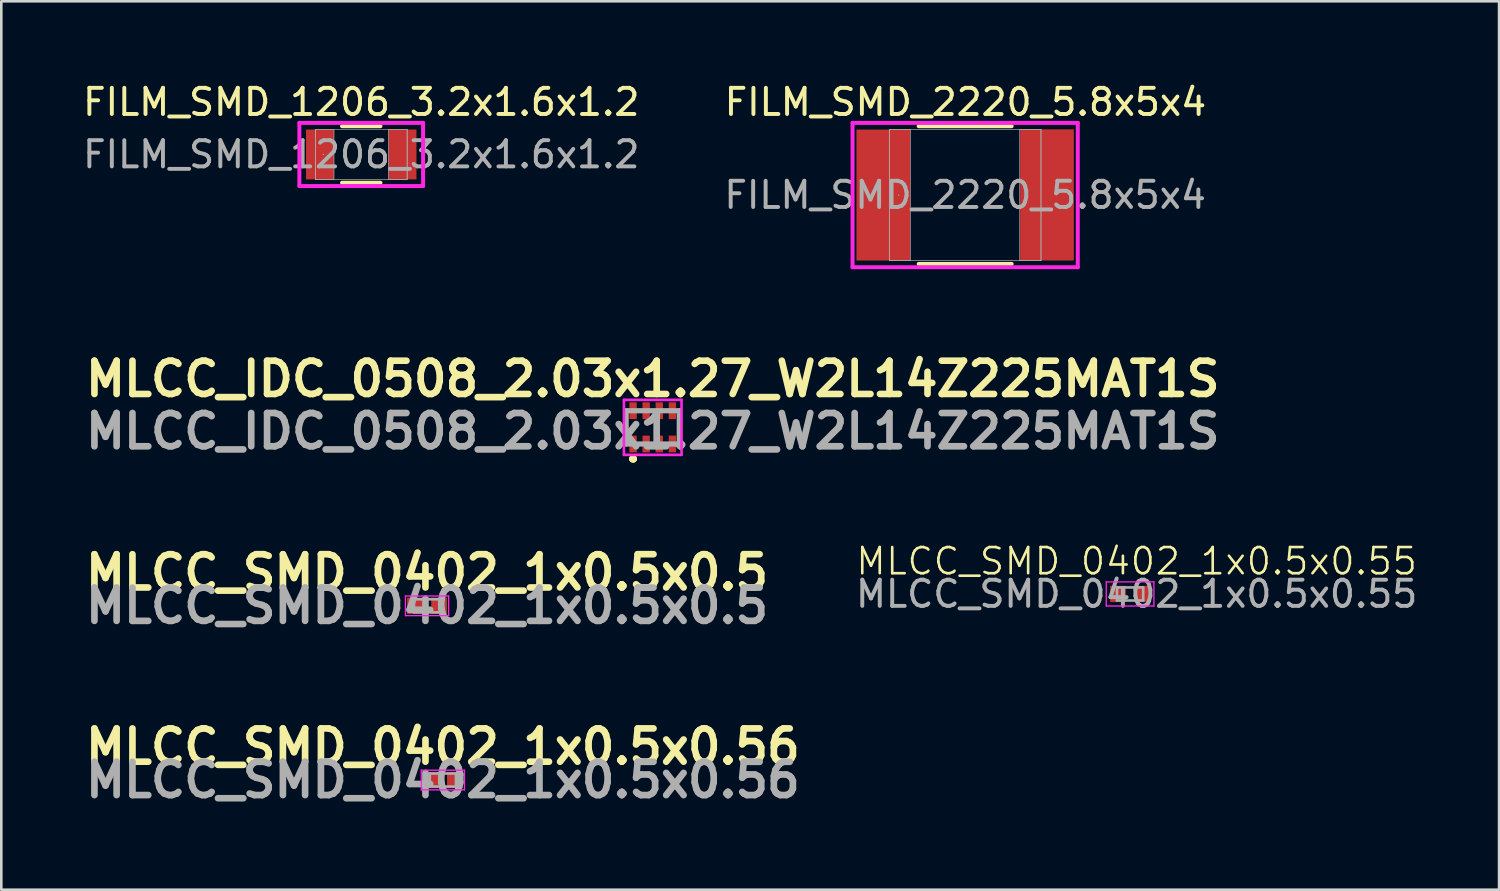
<source format=kicad_pcb>
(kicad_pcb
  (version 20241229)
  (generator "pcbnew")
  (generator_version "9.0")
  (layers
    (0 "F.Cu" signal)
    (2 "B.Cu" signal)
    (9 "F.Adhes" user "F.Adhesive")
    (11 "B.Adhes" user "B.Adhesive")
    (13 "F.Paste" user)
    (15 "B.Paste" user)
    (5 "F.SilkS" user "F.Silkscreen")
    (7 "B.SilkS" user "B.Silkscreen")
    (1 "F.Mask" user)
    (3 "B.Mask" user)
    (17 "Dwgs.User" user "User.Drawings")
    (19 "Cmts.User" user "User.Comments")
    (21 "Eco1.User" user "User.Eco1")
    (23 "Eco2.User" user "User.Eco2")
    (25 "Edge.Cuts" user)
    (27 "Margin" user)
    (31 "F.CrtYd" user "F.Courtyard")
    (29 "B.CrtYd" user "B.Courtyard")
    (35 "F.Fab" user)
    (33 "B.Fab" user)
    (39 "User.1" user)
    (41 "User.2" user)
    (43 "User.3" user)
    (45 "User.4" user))
  (footprint "MLCC_SMD_0402_1x0.5x0.5"
    (layer "F.Cu")
    (at 13.256 20.083)
    (property "Reference" "MLCC_SMD_0402_1x0.5x0.5" (at 0 -1.275 0) (layer "F.SilkS") (effects (font (size 1.27 1.27) (thickness 0.254))))
    (attr smd)
    (fp_line (start -0.825 -0.375) (end 0.825 -0.375) (stroke (width 0.05) (type solid)) (layer "F.CrtYd"))
    (fp_line (start -0.825 0.375) (end -0.825 -0.375) (stroke (width 0.05) (type solid)) (layer "F.CrtYd"))
    (fp_line (start 0.825 -0.375) (end 0.825 0.375) (stroke (width 0.05) (type solid)) (layer "F.CrtYd"))
    (fp_line (start 0.825 0.375) (end -0.825 0.375) (stroke (width 0.05) (type solid)) (layer "F.CrtYd"))
    (fp_line (start -0.5 -0.25) (end 0.5 -0.25) (stroke (width 0.1) (type solid)) (layer "F.Fab"))
    (fp_line (start -0.5 0.25) (end -0.5 -0.25) (stroke (width 0.1) (type solid)) (layer "F.Fab"))
    (fp_line (start 0.5 -0.25) (end 0.5 0.25) (stroke (width 0.1) (type solid)) (layer "F.Fab"))
    (fp_line (start 0.5 0.25) (end -0.5 0.25) (stroke (width 0.1) (type solid)) (layer "F.Fab"))
    (fp_text user "${REFERENCE}" (at 0 0 0) (layer "F.Fab") (effects (font (size 1.27 1.27) (thickness 0.254))))
    (pad "1" smd rect (at -0.46 0) (size 0.6 0.62) (layers "F.Cu" "F.Mask" "F.Paste"))
    (pad "2" smd rect (at 0.46 0) (size 0.6 0.62) (layers "F.Cu" "F.Mask" "F.Paste")))
  (footprint "MLCC_SMD_0402_1x0.5x0.55"
    (layer "F.Cu")
    (at 40.102 19.63)
    (property "Reference" "MLCC_SMD_0402_1x0.5x0.55" (at 0.25 -1.25 0) (unlocked yes) (layer "F.SilkS") (effects (font (size 1 1) (thickness 0.1))))
    (attr smd)
    (fp_line (start -0.91 -0.46) (end 0.91 -0.46) (stroke (width 0.05) (type solid)) (layer "F.CrtYd"))
    (fp_line (start -0.91 0.46) (end -0.91 -0.46) (stroke (width 0.05) (type solid)) (layer "F.CrtYd"))
    (fp_line (start 0.91 -0.46) (end 0.91 0.46) (stroke (width 0.05) (type solid)) (layer "F.CrtYd"))
    (fp_line (start 0.91 0.46) (end -0.91 0.46) (stroke (width 0.05) (type solid)) (layer "F.CrtYd"))
    (fp_line (start -0.5 -0.25) (end 0.5 -0.25) (stroke (width 0.1) (type solid)) (layer "F.Fab"))
    (fp_line (start -0.5 0.25) (end -0.5 -0.25) (stroke (width 0.1) (type solid)) (layer "F.Fab"))
    (fp_line (start 0.5 -0.25) (end 0.5 0.25) (stroke (width 0.1) (type solid)) (layer "F.Fab"))
    (fp_line (start 0.5 0.25) (end -0.5 0.25) (stroke (width 0.1) (type solid)) (layer "F.Fab"))
    (fp_text user "${REFERENCE}" (at 0.25 0 0) (unlocked yes) (layer "F.Fab") (effects (font (size 1 1) (thickness 0.15))))
    (pad "1" smd rect (at -0.46 0) (size 0.6 0.62) (layers "F.Cu" "F.Mask" "F.Paste"))
    (pad "2" smd rect (at 0.46 0) (size 0.6 0.62) (layers "F.Cu" "F.Mask" "F.Paste")))
  (footprint "FILM_SMD_1206_3.2x1.6x1.2"
    (layer "F.Cu")
    (at 10.744 2.848)
    (property "Reference" "FILM_SMD_1206_3.2x1.6x1.2" (at 0 -2 0) (unlocked yes) (layer "F.SilkS") (effects (font (size 1 1) (thickness 0.15))))
    (attr smd)
    (fp_line (start -0.734 1.079) (end 0.734 1.079) (stroke (width 0.152) (type solid)) (layer "F.SilkS"))
    (fp_line (start 0.734 -1.079) (end -0.734 -1.079) (stroke (width 0.152) (type solid)) (layer "F.SilkS"))
    (fp_line (start -2.362 -1.206) (end 2.362 -1.206) (stroke (width 0.152) (type solid)) (layer "F.CrtYd"))
    (fp_line (start -2.362 1.206) (end -2.362 -1.206) (stroke (width 0.152) (type solid)) (layer "F.CrtYd"))
    (fp_line (start 2.362 -1.206) (end 2.362 1.206) (stroke (width 0.152) (type solid)) (layer "F.CrtYd"))
    (fp_line (start 2.362 1.206) (end -2.362 1.206) (stroke (width 0.152) (type solid)) (layer "F.CrtYd"))
    (fp_line (start -1.753 -0.953) (end -1.753 0.953) (stroke (width 0.025) (type solid)) (layer "F.Fab"))
    (fp_line (start -1.753 -0.953) (end -1.753 0.953) (stroke (width 0.025) (type solid)) (layer "F.Fab"))
    (fp_line (start -1.753 0.953) (end -1.041 0.953) (stroke (width 0.025) (type solid)) (layer "F.Fab"))
    (fp_line (start -1.753 0.953) (end 1.753 0.953) (stroke (width 0.025) (type solid)) (layer "F.Fab"))
    (fp_line (start -1.041 -0.953) (end -1.753 -0.953) (stroke (width 0.025) (type solid)) (layer "F.Fab"))
    (fp_line (start -1.041 0.953) (end -1.041 -0.953) (stroke (width 0.025) (type solid)) (layer "F.Fab"))
    (fp_line (start 1.041 -0.953) (end 1.041 0.953) (stroke (width 0.025) (type solid)) (layer "F.Fab"))
    (fp_line (start 1.041 0.953) (end 1.753 0.953) (stroke (width 0.025) (type solid)) (layer "F.Fab"))
    (fp_line (start 1.753 -0.953) (end -1.753 -0.953) (stroke (width 0.025) (type solid)) (layer "F.Fab"))
    (fp_line (start 1.753 -0.953) (end 1.041 -0.953) (stroke (width 0.025) (type solid)) (layer "F.Fab"))
    (fp_line (start 1.753 0.953) (end 1.753 -0.953) (stroke (width 0.025) (type solid)) (layer "F.Fab"))
    (fp_line (start 1.753 0.953) (end 1.753 -0.953) (stroke (width 0.025) (type solid)) (layer "F.Fab"))
    (fp_circle (center -1.448 0) (end -1.448 0) (stroke (width 0.025) (type solid)) (fill no) (layer "F.Fab"))
    (fp_text user "${REFERENCE}" (at 0 0 0) (unlocked yes) (layer "F.Fab") (effects (font (size 1 1) (thickness 0.15))))
    (pad "1" smd rect (at -1.575 0) (size 1.067 1.905) (layers "F.Cu" "F.Mask" "F.Paste"))
    (pad "2" smd rect (at 1.575 0) (size 1.067 1.905) (layers "F.Cu" "F.Mask" "F.Paste"))
    (zone (net_name "") (layer "F.Cu") (hatch full 0.508) (connect_pads) (min_thickness 0.254) (filled_areas_thickness no) (keepout (tracks not_allowed) (vias not_allowed) (pads allowed) (copperpour not_allowed) (footprints allowed)) (placement (enabled no)) (fill) (polygon (pts (xy 9.753 1.947) (xy 11.735 1.947) (xy 11.735 3.75) (xy 9.753 3.75)))))
  (footprint "FILM_SMD_2220_5.8x5x4"
    (layer "F.Cu")
    (at 33.804 4.398)
    (property "Reference" "FILM_SMD_2220_5.8x5x4" (at 0.01 -3.55 0) (unlocked yes) (layer "F.SilkS") (effects (font (size 1 1) (thickness 0.15))))
    (attr smd)
    (fp_line (start -1.775 2.629) (end 1.775 2.629) (stroke (width 0.152) (type solid)) (layer "F.SilkS"))
    (fp_line (start 1.775 -2.629) (end -1.775 -2.629) (stroke (width 0.152) (type solid)) (layer "F.SilkS"))
    (fp_line (start -4.3 -2.756) (end 4.3 -2.756) (stroke (width 0.152) (type solid)) (layer "F.CrtYd"))
    (fp_line (start -4.3 2.756) (end -4.3 -2.756) (stroke (width 0.152) (type solid)) (layer "F.CrtYd"))
    (fp_line (start 4.3 -2.756) (end 4.3 2.756) (stroke (width 0.152) (type solid)) (layer "F.CrtYd"))
    (fp_line (start 4.3 2.756) (end -4.3 2.756) (stroke (width 0.152) (type solid)) (layer "F.CrtYd"))
    (fp_line (start -2.896 -2.502) (end -2.896 2.502) (stroke (width 0.025) (type solid)) (layer "F.Fab"))
    (fp_line (start -2.896 -2.502) (end -2.896 2.502) (stroke (width 0.025) (type solid)) (layer "F.Fab"))
    (fp_line (start -2.896 2.502) (end -2.083 2.502) (stroke (width 0.025) (type solid)) (layer "F.Fab"))
    (fp_line (start -2.896 2.502) (end 2.896 2.502) (stroke (width 0.025) (type solid)) (layer "F.Fab"))
    (fp_line (start -2.083 -2.502) (end -2.896 -2.502) (stroke (width 0.025) (type solid)) (layer "F.Fab"))
    (fp_line (start -2.083 2.502) (end -2.083 -2.502) (stroke (width 0.025) (type solid)) (layer "F.Fab"))
    (fp_line (start 2.083 -2.502) (end 2.083 2.502) (stroke (width 0.025) (type solid)) (layer "F.Fab"))
    (fp_line (start 2.083 2.502) (end 2.896 2.502) (stroke (width 0.025) (type solid)) (layer "F.Fab"))
    (fp_line (start 2.896 -2.502) (end -2.896 -2.502) (stroke (width 0.025) (type solid)) (layer "F.Fab"))
    (fp_line (start 2.896 -2.502) (end 2.083 -2.502) (stroke (width 0.025) (type solid)) (layer "F.Fab"))
    (fp_line (start 2.896 2.502) (end 2.896 -2.502) (stroke (width 0.025) (type solid)) (layer "F.Fab"))
    (fp_line (start 2.896 2.502) (end 2.896 -2.502) (stroke (width 0.025) (type solid)) (layer "F.Fab"))
    (fp_circle (center -2.54 0) (end -2.54 0) (stroke (width 0.025) (type solid)) (fill no) (layer "F.Fab"))
    (fp_text user "${REFERENCE}" (at 0 0 0) (unlocked yes) (layer "F.Fab") (effects (font (size 1 1) (thickness 0.15))))
    (pad "1" smd rect (at -3.125 0) (size 2.05 5) (layers "F.Cu" "F.Mask" "F.Paste"))
    (pad "2" smd rect (at 3.125 -0.005) (size 2.05 5.01) (layers "F.Cu" "F.Mask" "F.Paste")))
  (footprint "MLCC_SMD_0402_1x0.5x0.56"
    (layer "F.Cu")
    (at 13.861 26.735)
    (property "Reference" "MLCC_SMD_0402_1x0.5x0.56" (at 0 -1.275 0) (layer "F.SilkS") (effects (font (size 1.27 1.27) (thickness 0.254))))
    (attr smd)
    (fp_line (start -0.825 -0.375) (end 0.825 -0.375) (stroke (width 0.05) (type solid)) (layer "F.CrtYd"))
    (fp_line (start -0.825 0.375) (end -0.825 -0.375) (stroke (width 0.05) (type solid)) (layer "F.CrtYd"))
    (fp_line (start 0.825 -0.375) (end 0.825 0.375) (stroke (width 0.05) (type solid)) (layer "F.CrtYd"))
    (fp_line (start 0.825 0.375) (end -0.825 0.375) (stroke (width 0.05) (type solid)) (layer "F.CrtYd"))
    (fp_line (start -0.5 -0.25) (end 0.5 -0.25) (stroke (width 0.1) (type solid)) (layer "F.Fab"))
    (fp_line (start -0.5 0.25) (end -0.5 -0.25) (stroke (width 0.1) (type solid)) (layer "F.Fab"))
    (fp_line (start 0.5 -0.25) (end 0.5 0.25) (stroke (width 0.1) (type solid)) (layer "F.Fab"))
    (fp_line (start 0.5 0.25) (end -0.5 0.25) (stroke (width 0.1) (type solid)) (layer "F.Fab"))
    (fp_text user "${REFERENCE}" (at 0 0 0) (layer "F.Fab") (effects (font (size 1.27 1.27) (thickness 0.254))))
    (pad "1" smd rect (at -0.46 0) (size 0.6 0.62) (layers "F.Cu" "F.Mask" "F.Paste"))
    (pad "2" smd rect (at 0.46 0) (size 0.6 0.62) (layers "F.Cu" "F.Mask" "F.Paste")))
  (footprint "MLCC_IDC_0508_2.03x1.27_W2L14Z225MAT1S"
    (layer "F.Cu")
    (at 21.874 13.269)
    (property "Reference" "MLCC_IDC_0508_2.03x1.27_W2L14Z225MAT1S" (at 0 -1.85 0) (layer "F.SilkS") (effects (font (size 1.27 1.27) (thickness 0.254))))
    (attr smd)
    (fp_line (start -0.8 1.2) (end -0.8 1.2) (stroke (width 0.2) (type solid)) (layer "F.SilkS"))
    (fp_line (start -0.8 1.2) (end -0.8 1.2) (stroke (width 0.2) (type solid)) (layer "F.SilkS"))
    (fp_line (start -0.7 1.2) (end -0.7 1.2) (stroke (width 0.2) (type solid)) (layer "F.SilkS"))
    (fp_arc (start -0.8 1.2) (mid -0.75 1.15) (end -0.7 1.2) (stroke (width 0.2) (type solid)) (layer "F.SilkS"))
    (fp_arc (start -0.7 1.2) (mid -0.75 1.25) (end -0.8 1.2) (stroke (width 0.2) (type solid)) (layer "F.SilkS"))
    (fp_arc (start -0.7 1.2) (mid -0.75 1.25) (end -0.8 1.2) (stroke (width 0.2) (type solid)) (layer "F.SilkS"))
    (fp_line (start -1.1 -1.05) (end 1.1 -1.05) (stroke (width 0.1) (type solid)) (layer "F.CrtYd"))
    (fp_line (start -1.1 1.05) (end -1.1 -1.05) (stroke (width 0.1) (type solid)) (layer "F.CrtYd"))
    (fp_line (start 1.1 -1.05) (end 1.1 1.05) (stroke (width 0.1) (type solid)) (layer "F.CrtYd"))
    (fp_line (start 1.1 1.05) (end -1.1 1.05) (stroke (width 0.1) (type solid)) (layer "F.CrtYd"))
    (fp_line (start -1.015 -0.635) (end -1.015 0.635) (stroke (width 0.2) (type solid)) (layer "F.Fab"))
    (fp_line (start -1.015 0.635) (end 1.015 0.635) (stroke (width 0.2) (type solid)) (layer "F.Fab"))
    (fp_line (start 1.015 -0.635) (end -1.015 -0.635) (stroke (width 0.2) (type solid)) (layer "F.Fab"))
    (fp_line (start 1.015 0.635) (end 1.015 -0.635) (stroke (width 0.2) (type solid)) (layer "F.Fab"))
    (fp_text user "${REFERENCE}" (at 0 0.147 0) (layer "F.Fab") (effects (font (size 1.27 1.27) (thickness 0.254))))
    (pad "1" smd rect (at -0.75 0.635) (size 0.28 0.64) (layers "F.Cu" "F.Mask" "F.Paste"))
    (pad "2" smd rect (at -0.25 0.635) (size 0.28 0.64) (layers "F.Cu" "F.Mask" "F.Paste"))
    (pad "3" smd rect (at 0.25 0.635) (size 0.28 0.64) (layers "F.Cu" "F.Mask" "F.Paste"))
    (pad "4" smd rect (at 0.75 0.635) (size 0.28 0.64) (layers "F.Cu" "F.Mask" "F.Paste"))
    (pad "5" smd rect (at 0.75 -0.635) (size 0.28 0.64) (layers "F.Cu" "F.Mask" "F.Paste"))
    (pad "6" smd rect (at 0.25 -0.635) (size 0.28 0.64) (layers "F.Cu" "F.Mask" "F.Paste"))
    (pad "7" smd rect (at -0.25 -0.635) (size 0.28 0.64) (layers "F.Cu" "F.Mask" "F.Paste"))
    (pad "8" smd rect (at -0.75 -0.635) (size 0.28 0.64) (layers "F.Cu" "F.Mask" "F.Paste")))
  (gr_rect
    (start -3 -3)
    (end 54.191 30.924)
    (stroke (width 0.1) (type default))
    (fill no)
    (layer "Edge.Cuts")))
</source>
